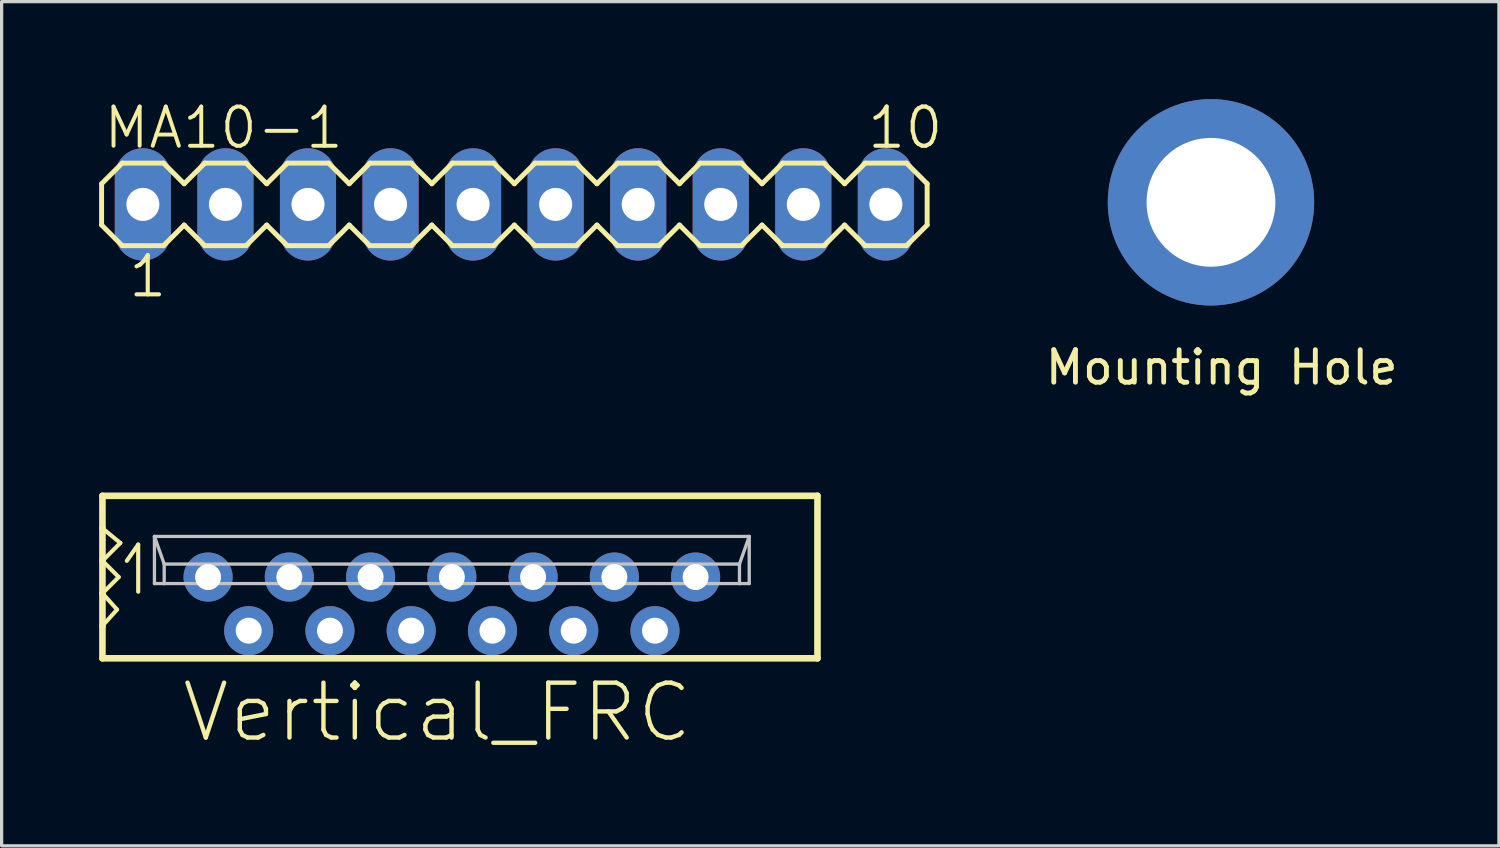
<source format=kicad_pcb>
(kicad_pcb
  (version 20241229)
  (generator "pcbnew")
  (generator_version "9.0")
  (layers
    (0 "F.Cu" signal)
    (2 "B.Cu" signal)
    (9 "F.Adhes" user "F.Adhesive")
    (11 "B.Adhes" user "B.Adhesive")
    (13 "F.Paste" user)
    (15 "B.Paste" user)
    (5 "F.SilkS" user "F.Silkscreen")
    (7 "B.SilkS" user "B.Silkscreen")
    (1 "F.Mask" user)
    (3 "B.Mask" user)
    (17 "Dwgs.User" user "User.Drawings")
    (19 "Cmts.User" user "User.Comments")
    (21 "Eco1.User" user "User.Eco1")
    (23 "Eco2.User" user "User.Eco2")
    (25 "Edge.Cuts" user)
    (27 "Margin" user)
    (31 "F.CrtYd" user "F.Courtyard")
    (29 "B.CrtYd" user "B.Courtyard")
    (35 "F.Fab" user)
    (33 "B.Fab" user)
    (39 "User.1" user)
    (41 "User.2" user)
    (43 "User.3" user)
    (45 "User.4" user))
  (footprint "Mounting Hole"
    (layer "F.Cu")
    (at 34.209 3.175)
    (property "Reference" "Mounting Hole" (at 0.33 5.08 0) (layer "F.SilkS") (effects (font (size 1 1) (thickness 0.15))))
    (attr through_hole)
    (pad "1" thru_hole circle (at 0 0) (size 6.35 6.35) (drill 3.962) (layers "*.Cu" "*.Mask")))
  (footprint "MA10-1"
    (layer "F.Cu")
    (at 12.776 3.239)
    (property "Reference" "MA10-1" (at -12.7 -1.651 0) (layer "F.SilkS") (effects (font (size 1.206 1.206) (thickness 0.121)) (justify left bottom)))
    (attr through_hole)
    (fp_line (start -12.7 -0.635) (end -12.7 0.635) (stroke (width 0.152) (type solid)) (layer "F.SilkS"))
    (fp_line (start -12.7 0.635) (end -12.065 1.27) (stroke (width 0.152) (type solid)) (layer "F.SilkS"))
    (fp_line (start -12.065 -1.27) (end -12.7 -0.635) (stroke (width 0.152) (type solid)) (layer "F.SilkS"))
    (fp_line (start -12.065 -1.27) (end -10.795 -1.27) (stroke (width 0.152) (type solid)) (layer "F.SilkS"))
    (fp_line (start -10.795 -1.27) (end -10.16 -0.635) (stroke (width 0.152) (type solid)) (layer "F.SilkS"))
    (fp_line (start -10.795 1.27) (end -12.065 1.27) (stroke (width 0.152) (type solid)) (layer "F.SilkS"))
    (fp_line (start -10.16 -0.635) (end -9.525 -1.27) (stroke (width 0.152) (type solid)) (layer "F.SilkS"))
    (fp_line (start -10.16 0.635) (end -10.795 1.27) (stroke (width 0.152) (type solid)) (layer "F.SilkS"))
    (fp_line (start -9.525 -1.27) (end -8.255 -1.27) (stroke (width 0.152) (type solid)) (layer "F.SilkS"))
    (fp_line (start -9.525 1.27) (end -10.16 0.635) (stroke (width 0.152) (type solid)) (layer "F.SilkS"))
    (fp_line (start -8.255 -1.27) (end -7.62 -0.635) (stroke (width 0.152) (type solid)) (layer "F.SilkS"))
    (fp_line (start -8.255 1.27) (end -9.525 1.27) (stroke (width 0.152) (type solid)) (layer "F.SilkS"))
    (fp_line (start -7.62 -0.635) (end -6.985 -1.27) (stroke (width 0.152) (type solid)) (layer "F.SilkS"))
    (fp_line (start -7.62 0.635) (end -8.255 1.27) (stroke (width 0.152) (type solid)) (layer "F.SilkS"))
    (fp_line (start -6.985 -1.27) (end -5.715 -1.27) (stroke (width 0.152) (type solid)) (layer "F.SilkS"))
    (fp_line (start -6.985 1.27) (end -7.62 0.635) (stroke (width 0.152) (type solid)) (layer "F.SilkS"))
    (fp_line (start -5.715 -1.27) (end -5.08 -0.635) (stroke (width 0.152) (type solid)) (layer "F.SilkS"))
    (fp_line (start -5.715 1.27) (end -6.985 1.27) (stroke (width 0.152) (type solid)) (layer "F.SilkS"))
    (fp_line (start -5.08 0.635) (end -5.715 1.27) (stroke (width 0.152) (type solid)) (layer "F.SilkS"))
    (fp_line (start -5.08 0.635) (end -4.445 1.27) (stroke (width 0.152) (type solid)) (layer "F.SilkS"))
    (fp_line (start -4.445 -1.27) (end -5.08 -0.635) (stroke (width 0.152) (type solid)) (layer "F.SilkS"))
    (fp_line (start -4.445 -1.27) (end -3.175 -1.27) (stroke (width 0.152) (type solid)) (layer "F.SilkS"))
    (fp_line (start -3.175 -1.27) (end -2.54 -0.635) (stroke (width 0.152) (type solid)) (layer "F.SilkS"))
    (fp_line (start -3.175 1.27) (end -4.445 1.27) (stroke (width 0.152) (type solid)) (layer "F.SilkS"))
    (fp_line (start -2.54 0.635) (end -3.175 1.27) (stroke (width 0.152) (type solid)) (layer "F.SilkS"))
    (fp_line (start -2.54 0.635) (end -1.905 1.27) (stroke (width 0.152) (type solid)) (layer "F.SilkS"))
    (fp_line (start -1.905 -1.27) (end -2.54 -0.635) (stroke (width 0.152) (type solid)) (layer "F.SilkS"))
    (fp_line (start -1.905 -1.27) (end -0.635 -1.27) (stroke (width 0.152) (type solid)) (layer "F.SilkS"))
    (fp_line (start -0.635 -1.27) (end 0 -0.635) (stroke (width 0.152) (type solid)) (layer "F.SilkS"))
    (fp_line (start -0.635 1.27) (end -1.905 1.27) (stroke (width 0.152) (type solid)) (layer "F.SilkS"))
    (fp_line (start 0 -0.635) (end 0.635 -1.27) (stroke (width 0.152) (type solid)) (layer "F.SilkS"))
    (fp_line (start 0 0.635) (end -0.635 1.27) (stroke (width 0.152) (type solid)) (layer "F.SilkS"))
    (fp_line (start 0.635 -1.27) (end 1.905 -1.27) (stroke (width 0.152) (type solid)) (layer "F.SilkS"))
    (fp_line (start 0.635 1.27) (end 0 0.635) (stroke (width 0.152) (type solid)) (layer "F.SilkS"))
    (fp_line (start 1.905 -1.27) (end 2.54 -0.635) (stroke (width 0.152) (type solid)) (layer "F.SilkS"))
    (fp_line (start 1.905 1.27) (end 0.635 1.27) (stroke (width 0.152) (type solid)) (layer "F.SilkS"))
    (fp_line (start 2.54 -0.635) (end 3.175 -1.27) (stroke (width 0.152) (type solid)) (layer "F.SilkS"))
    (fp_line (start 2.54 0.635) (end 1.905 1.27) (stroke (width 0.152) (type solid)) (layer "F.SilkS"))
    (fp_line (start 3.175 -1.27) (end 4.445 -1.27) (stroke (width 0.152) (type solid)) (layer "F.SilkS"))
    (fp_line (start 3.175 1.27) (end 2.54 0.635) (stroke (width 0.152) (type solid)) (layer "F.SilkS"))
    (fp_line (start 4.445 -1.27) (end 5.08 -0.635) (stroke (width 0.152) (type solid)) (layer "F.SilkS"))
    (fp_line (start 4.445 1.27) (end 3.175 1.27) (stroke (width 0.152) (type solid)) (layer "F.SilkS"))
    (fp_line (start 5.08 0.635) (end 4.445 1.27) (stroke (width 0.152) (type solid)) (layer "F.SilkS"))
    (fp_line (start 5.08 0.635) (end 5.715 1.27) (stroke (width 0.152) (type solid)) (layer "F.SilkS"))
    (fp_line (start 5.715 -1.27) (end 5.08 -0.635) (stroke (width 0.152) (type solid)) (layer "F.SilkS"))
    (fp_line (start 5.715 -1.27) (end 6.985 -1.27) (stroke (width 0.152) (type solid)) (layer "F.SilkS"))
    (fp_line (start 6.985 -1.27) (end 7.62 -0.635) (stroke (width 0.152) (type solid)) (layer "F.SilkS"))
    (fp_line (start 6.985 1.27) (end 5.715 1.27) (stroke (width 0.152) (type solid)) (layer "F.SilkS"))
    (fp_line (start 7.62 0.635) (end 6.985 1.27) (stroke (width 0.152) (type solid)) (layer "F.SilkS"))
    (fp_line (start 7.62 0.635) (end 8.255 1.27) (stroke (width 0.152) (type solid)) (layer "F.SilkS"))
    (fp_line (start 8.255 -1.27) (end 7.62 -0.635) (stroke (width 0.152) (type solid)) (layer "F.SilkS"))
    (fp_line (start 8.255 -1.27) (end 9.525 -1.27) (stroke (width 0.152) (type solid)) (layer "F.SilkS"))
    (fp_line (start 9.525 -1.27) (end 10.16 -0.635) (stroke (width 0.152) (type solid)) (layer "F.SilkS"))
    (fp_line (start 9.525 1.27) (end 8.255 1.27) (stroke (width 0.152) (type solid)) (layer "F.SilkS"))
    (fp_line (start 10.16 -0.635) (end 10.795 -1.27) (stroke (width 0.152) (type solid)) (layer "F.SilkS"))
    (fp_line (start 10.16 0.635) (end 9.525 1.27) (stroke (width 0.152) (type solid)) (layer "F.SilkS"))
    (fp_line (start 10.795 -1.27) (end 12.065 -1.27) (stroke (width 0.152) (type solid)) (layer "F.SilkS"))
    (fp_line (start 10.795 1.27) (end 10.16 0.635) (stroke (width 0.152) (type solid)) (layer "F.SilkS"))
    (fp_line (start 12.065 -1.27) (end 12.7 -0.635) (stroke (width 0.152) (type solid)) (layer "F.SilkS"))
    (fp_line (start 12.065 1.27) (end 10.795 1.27) (stroke (width 0.152) (type solid)) (layer "F.SilkS"))
    (fp_line (start 12.7 -0.635) (end 12.7 0.635) (stroke (width 0.152) (type solid)) (layer "F.SilkS"))
    (fp_line (start 12.7 0.635) (end 12.065 1.27) (stroke (width 0.152) (type solid)) (layer "F.SilkS"))
    (fp_poly (pts (xy -11.684 0.254) (xy -11.176 0.254) (xy -11.176 -0.254) (xy -11.684 -0.254)) (stroke (width 0.1) (type solid)) (fill no) (layer "F.Fab"))
    (fp_poly (pts (xy -9.144 0.254) (xy -8.636 0.254) (xy -8.636 -0.254) (xy -9.144 -0.254)) (stroke (width 0.1) (type solid)) (fill no) (layer "F.Fab"))
    (fp_poly (pts (xy -6.604 0.254) (xy -6.096 0.254) (xy -6.096 -0.254) (xy -6.604 -0.254)) (stroke (width 0.1) (type solid)) (fill no) (layer "F.Fab"))
    (fp_poly (pts (xy -4.064 0.254) (xy -3.556 0.254) (xy -3.556 -0.254) (xy -4.064 -0.254)) (stroke (width 0.1) (type solid)) (fill no) (layer "F.Fab"))
    (fp_poly (pts (xy -1.524 0.254) (xy -1.016 0.254) (xy -1.016 -0.254) (xy -1.524 -0.254)) (stroke (width 0.1) (type solid)) (fill no) (layer "F.Fab"))
    (fp_poly (pts (xy 1.016 0.254) (xy 1.524 0.254) (xy 1.524 -0.254) (xy 1.016 -0.254)) (stroke (width 0.1) (type solid)) (fill no) (layer "F.Fab"))
    (fp_poly (pts (xy 3.556 0.254) (xy 4.064 0.254) (xy 4.064 -0.254) (xy 3.556 -0.254)) (stroke (width 0.1) (type solid)) (fill no) (layer "F.Fab"))
    (fp_poly (pts (xy 6.096 0.254) (xy 6.604 0.254) (xy 6.604 -0.254) (xy 6.096 -0.254)) (stroke (width 0.1) (type solid)) (fill no) (layer "F.Fab"))
    (fp_poly (pts (xy 8.636 0.254) (xy 9.144 0.254) (xy 9.144 -0.254) (xy 8.636 -0.254)) (stroke (width 0.1) (type solid)) (fill no) (layer "F.Fab"))
    (fp_poly (pts (xy 11.176 0.254) (xy 11.684 0.254) (xy 11.684 -0.254) (xy 11.176 -0.254)) (stroke (width 0.1) (type solid)) (fill no) (layer "F.Fab"))
    (fp_text user "1" (at -11.938 2.921 0) (layer "F.SilkS") (effects (font (size 1.206 1.206) (thickness 0.127)) (justify left bottom)))
    (fp_text user "10" (at 10.795 -1.651 0) (layer "F.SilkS") (effects (font (size 1.206 1.206) (thickness 0.127)) (justify left bottom)))
    (pad "1" thru_hole oval (at -11.43 0 90) (size 3.454 1.727) (drill 1.016) (layers "*.Cu" "*.Mask"))
    (pad "2" thru_hole oval (at -8.89 0 90) (size 3.454 1.727) (drill 1.016) (layers "*.Cu" "*.Mask"))
    (pad "3" thru_hole oval (at -6.35 0 90) (size 3.454 1.727) (drill 1.016) (layers "*.Cu" "*.Mask"))
    (pad "4" thru_hole oval (at -3.81 0 90) (size 3.454 1.727) (drill 1.016) (layers "*.Cu" "*.Mask"))
    (pad "5" thru_hole oval (at -1.27 0 90) (size 3.454 1.727) (drill 1.016) (layers "*.Cu" "*.Mask"))
    (pad "6" thru_hole oval (at 1.27 0 90) (size 3.454 1.727) (drill 1.016) (layers "*.Cu" "*.Mask"))
    (pad "7" thru_hole oval (at 3.81 0 90) (size 3.454 1.727) (drill 1.016) (layers "*.Cu" "*.Mask"))
    (pad "8" thru_hole oval (at 6.35 0 90) (size 3.454 1.727) (drill 1.016) (layers "*.Cu" "*.Mask"))
    (pad "9" thru_hole oval (at 8.89 0 90) (size 3.454 1.727) (drill 1.016) (layers "*.Cu" "*.Mask"))
    (pad "10" thru_hole oval (at 11.43 0 90) (size 3.454 1.727) (drill 1.016) (layers "*.Cu" "*.Mask")))
  (footprint "Vertical_FRC"
    (layer "F.Cu")
    (at 10.852 14.705)
    (property "Reference" "Vertical_FRC" (at -8.382 3.175 180) (layer "F.SilkS") (effects (font (size 1.689 1.689) (thickness 0.135)) (justify left top)))
    (attr through_hole)
    (fp_line (start -10.75 -2.5) (end -10.75 -1.5) (stroke (width 0.203) (type solid)) (layer "F.SilkS"))
    (fp_line (start -10.75 -1.5) (end -10.75 -0.5) (stroke (width 0.203) (type solid)) (layer "F.SilkS"))
    (fp_line (start -10.75 -0.5) (end -10.75 0.5) (stroke (width 0.203) (type solid)) (layer "F.SilkS"))
    (fp_line (start -10.75 -0.5) (end -10.2 -1.05) (stroke (width 0.127) (type solid)) (layer "F.SilkS"))
    (fp_line (start -10.75 0.5) (end -10.75 1.5) (stroke (width 0.203) (type solid)) (layer "F.SilkS"))
    (fp_line (start -10.75 0.5) (end -10.25 0) (stroke (width 0.127) (type solid)) (layer "F.SilkS"))
    (fp_line (start -10.75 1.5) (end -10.75 2.5) (stroke (width 0.203) (type solid)) (layer "F.SilkS"))
    (fp_line (start -10.75 1.5) (end -10.3 1) (stroke (width 0.127) (type solid)) (layer "F.SilkS"))
    (fp_line (start -10.75 2.5) (end 11.25 2.5) (stroke (width 0.203) (type solid)) (layer "F.SilkS"))
    (fp_line (start -10.3 1) (end -10.75 0.5) (stroke (width 0.127) (type solid)) (layer "F.SilkS"))
    (fp_line (start -10.25 0) (end -10.75 -0.5) (stroke (width 0.127) (type solid)) (layer "F.SilkS"))
    (fp_line (start -10.2 -1.05) (end -10.75 -1.5) (stroke (width 0.127) (type solid)) (layer "F.SilkS"))
    (fp_line (start -10 -0.5) (end -9.65 -1) (stroke (width 0.127) (type solid)) (layer "F.SilkS"))
    (fp_line (start -9.65 -1) (end -9.65 0.45) (stroke (width 0.127) (type solid)) (layer "F.SilkS"))
    (fp_line (start 11.25 -2.5) (end -10.75 -2.5) (stroke (width 0.203) (type solid)) (layer "F.SilkS"))
    (fp_line (start 11.25 2.5) (end 11.25 -2.5) (stroke (width 0.203) (type solid)) (layer "F.SilkS"))
    (fp_line (start -9.15 -1.25) (end -8.85 -0.4) (stroke (width 0.102) (type solid)) (layer "Dwgs.User"))
    (fp_line (start -9.15 -1.25) (end 9.15 -1.25) (stroke (width 0.102) (type solid)) (layer "Dwgs.User"))
    (fp_line (start -9.15 0.2) (end -9.15 -1.25) (stroke (width 0.102) (type solid)) (layer "Dwgs.User"))
    (fp_line (start -8.85 -0.4) (end -8.85 0.2) (stroke (width 0.102) (type solid)) (layer "Dwgs.User"))
    (fp_line (start -8.85 0.2) (end -9.15 0.2) (stroke (width 0.102) (type solid)) (layer "Dwgs.User"))
    (fp_line (start -8.85 0.2) (end 8.85 0.2) (stroke (width 0.102) (type solid)) (layer "Dwgs.User"))
    (fp_line (start 8.85 -0.4) (end -8.85 -0.4) (stroke (width 0.102) (type solid)) (layer "Dwgs.User"))
    (fp_line (start 8.85 -0.4) (end 9.15 -1.25) (stroke (width 0.102) (type solid)) (layer "Dwgs.User"))
    (fp_line (start 8.85 0.2) (end 8.85 -0.4) (stroke (width 0.102) (type solid)) (layer "Dwgs.User"))
    (fp_line (start 9.15 -1.25) (end 9.15 0.2) (stroke (width 0.102) (type solid)) (layer "Dwgs.User"))
    (fp_line (start 9.15 0.2) (end 8.85 0.2) (stroke (width 0.102) (type solid)) (layer "Dwgs.User"))
    (pad "1" thru_hole circle (at -7.5 0) (size 1.511 1.511) (drill 0.8) (layers "*.Cu" "*.Mask"))
    (pad "2" thru_hole circle (at -6.25 1.65) (size 1.511 1.511) (drill 0.8) (layers "*.Cu" "*.Mask"))
    (pad "3" thru_hole circle (at -5 0) (size 1.511 1.511) (drill 0.8) (layers "*.Cu" "*.Mask"))
    (pad "4" thru_hole circle (at -3.75 1.65) (size 1.511 1.511) (drill 0.8) (layers "*.Cu" "*.Mask"))
    (pad "5" thru_hole circle (at -2.5 0) (size 1.511 1.511) (drill 0.8) (layers "*.Cu" "*.Mask"))
    (pad "6" thru_hole circle (at -1.25 1.65) (size 1.511 1.511) (drill 0.8) (layers "*.Cu" "*.Mask"))
    (pad "7" thru_hole circle (at 0 0) (size 1.511 1.511) (drill 0.8) (layers "*.Cu" "*.Mask"))
    (pad "8" thru_hole circle (at 1.25 1.65) (size 1.511 1.511) (drill 0.8) (layers "*.Cu" "*.Mask"))
    (pad "9" thru_hole circle (at 2.5 0) (size 1.511 1.511) (drill 0.8) (layers "*.Cu" "*.Mask"))
    (pad "10" thru_hole circle (at 3.75 1.65) (size 1.511 1.511) (drill 0.8) (layers "*.Cu" "*.Mask"))
    (pad "11" thru_hole circle (at 5 0) (size 1.511 1.511) (drill 0.8) (layers "*.Cu" "*.Mask"))
    (pad "12" thru_hole circle (at 6.25 1.65) (size 1.511 1.511) (drill 0.8) (layers "*.Cu" "*.Mask"))
    (pad "13" thru_hole circle (at 7.5 0) (size 1.511 1.511) (drill 0.8) (layers "*.Cu" "*.Mask")))
  (gr_rect
    (start -3 -3)
    (end 43.069 22.974)
    (stroke (width 0.1) (type default))
    (fill no)
    (layer "Edge.Cuts")))
</source>
